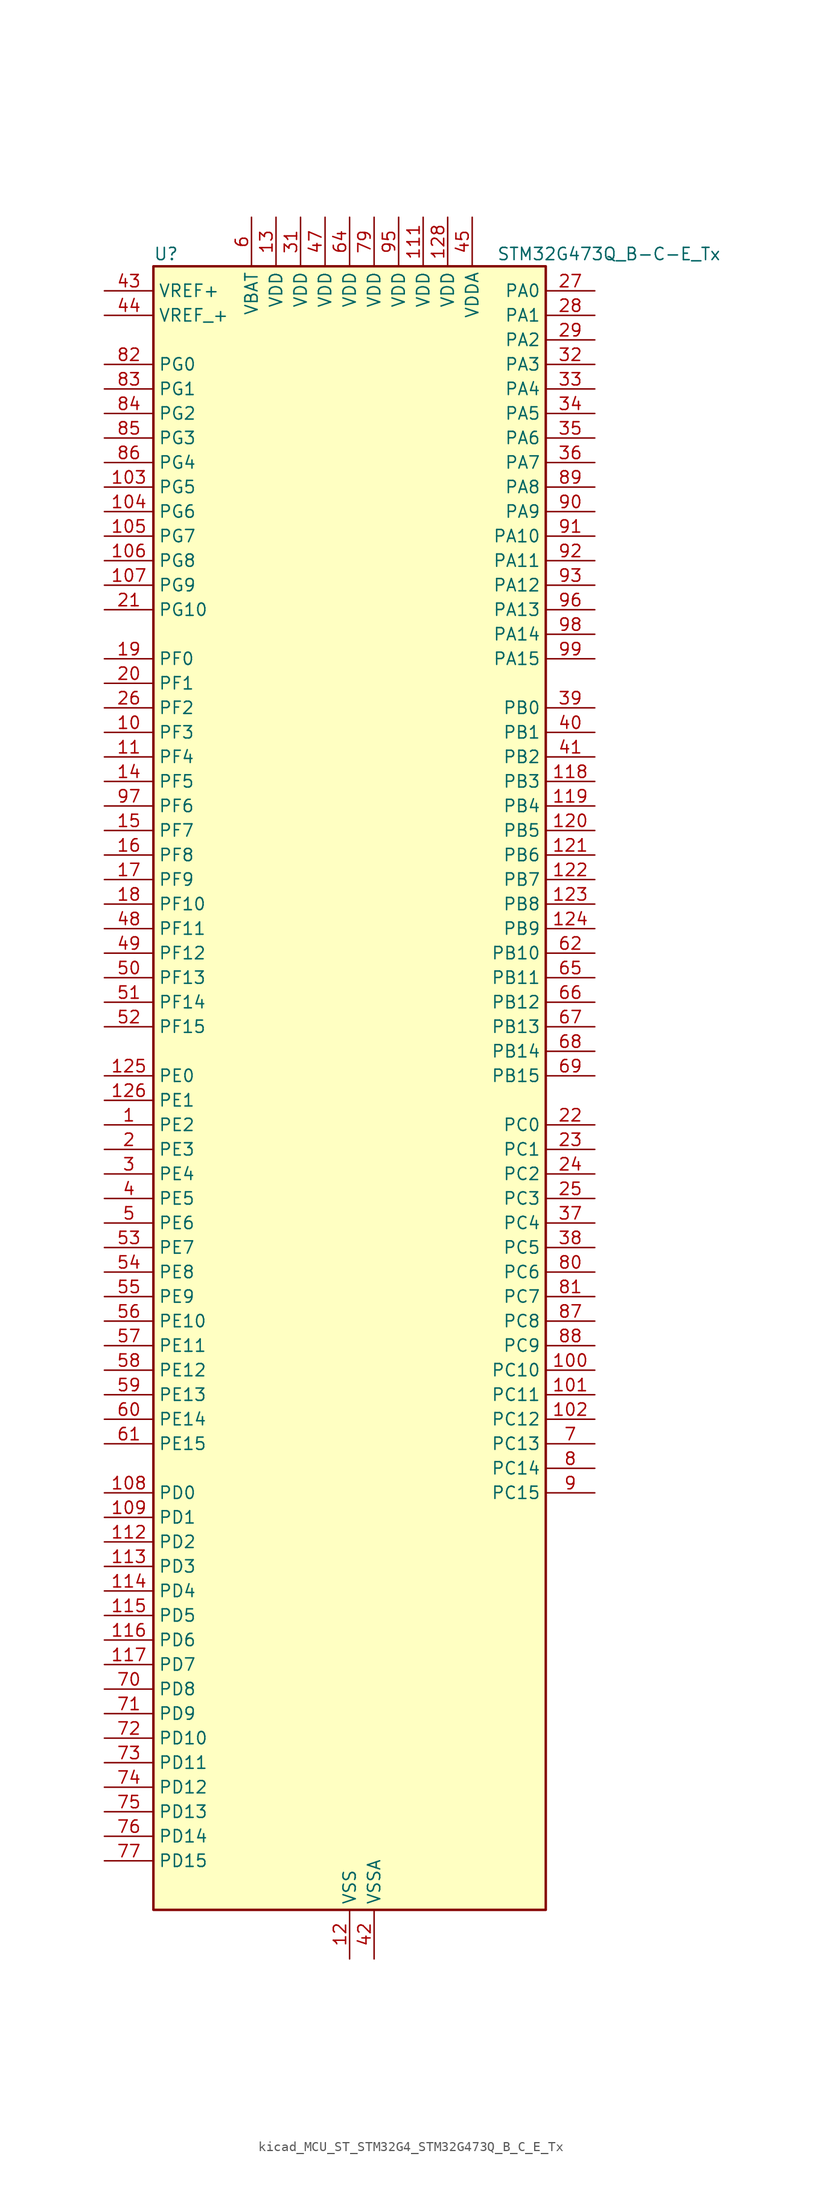
<source format=kicad_sym>
(kicad_symbol_lib
  (version 20220914)
  (generator kicad_symbol_editor)
  (symbol "kicad_MCU_ST_STM32G4_STM32G473Q_B_C_E_Tx"
    (property "Reference" "U"
      (at -20.32 87.63 0)
      (effects (font (size 1.27 1.27)) (justify left)))
    (property "Value" "STM32G473Q_B-C-E_Tx"
      (at 15.24 87.63 0)
      (effects (font (size 1.27 1.27)) (justify left)))
    (property "ki_locked" ""
      (at 0 0 0)
      (effects (font (size 1.27 1.27))))
    (symbol "kicad_MCU_ST_STM32G4_STM32G473Q_B_C_E_Tx_0_1"
      (rectangle (start -20.32 -83.82) (end 20.32 86.36) (stroke (width 0.254) (type default)) (fill (type background))))
    (symbol "kicad_MCU_ST_STM32G4_STM32G473Q_B_C_E_Tx_1_1"
      (pin bidirectional line (at -25.4 -2.54 0) (length 5.08) (name "PE2" (effects (font (size 1.27 1.27)))) (number "1" (effects (font (size 1.27 1.27)))) (alternate "ADC3_EXTI2" bidirectional line) (alternate "ADC4_EXTI2" bidirectional line) (alternate "ADC5_EXTI2" bidirectional line) (alternate "FMC_A23" bidirectional line) (alternate "SAI1_CK1" bidirectional line) (alternate "SAI1_MCLK_A" bidirectional line) (alternate "SPI4_SCK" bidirectional line) (alternate "SYS_TRACECLK" bidirectional line) (alternate "TIM20_CH1" bidirectional line) (alternate "TIM3_CH1" bidirectional line))
      (pin bidirectional line (at -25.4 38.1 0) (length 5.08) (name "PF3" (effects (font (size 1.27 1.27)))) (number "10" (effects (font (size 1.27 1.27)))) (alternate "ADC3_EXTI3" bidirectional line) (alternate "ADC4_EXTI3" bidirectional line) (alternate "ADC5_EXTI3" bidirectional line) (alternate "FMC_A3" bidirectional line) (alternate "I2C3_SCL" bidirectional line) (alternate "TIM20_CH4" bidirectional line))
      (pin bidirectional line (at 25.4 -27.94 180) (length 5.08) (name "PC10" (effects (font (size 1.27 1.27)))) (number "100" (effects (font (size 1.27 1.27)))) (alternate "DAC1_EXTI10" bidirectional line) (alternate "DAC2_EXTI10" bidirectional line) (alternate "DAC3_EXTI10" bidirectional line) (alternate "DAC4_EXTI10" bidirectional line) (alternate "I2S3_CK" bidirectional line) (alternate "SPI3_SCK" bidirectional line) (alternate "TIM8_CH1N" bidirectional line) (alternate "UART4_TX" bidirectional line) (alternate "USART3_TX" bidirectional line))
      (pin bidirectional line (at 25.4 -30.48 180) (length 5.08) (name "PC11" (effects (font (size 1.27 1.27)))) (number "101" (effects (font (size 1.27 1.27)))) (alternate "ADC1_EXTI11" bidirectional line) (alternate "ADC2_EXTI11" bidirectional line) (alternate "I2C3_SDA" bidirectional line) (alternate "SPI3_MISO" bidirectional line) (alternate "TIM8_CH2N" bidirectional line) (alternate "UART4_RX" bidirectional line) (alternate "USART3_RX" bidirectional line))
      (pin bidirectional line (at 25.4 -33.02 180) (length 5.08) (name "PC12" (effects (font (size 1.27 1.27)))) (number "102" (effects (font (size 1.27 1.27)))) (alternate "I2S3_SD" bidirectional line) (alternate "SPI3_MOSI" bidirectional line) (alternate "TIM5_CH2" bidirectional line) (alternate "TIM8_CH3N" bidirectional line) (alternate "UART5_TX" bidirectional line) (alternate "UCPD1_FRSTX1" bidirectional line) (alternate "UCPD1_FRSTX2" bidirectional line) (alternate "USART3_CK" bidirectional line))
      (pin bidirectional line (at -25.4 63.5 0) (length 5.08) (name "PG5" (effects (font (size 1.27 1.27)))) (number "103" (effects (font (size 1.27 1.27)))) (alternate "FMC_A15" bidirectional line) (alternate "LPUART1_CTS" bidirectional line) (alternate "SPI1_NSS" bidirectional line) (alternate "TIM20_ETR" bidirectional line))
      (pin bidirectional line (at -25.4 60.96 0) (length 5.08) (name "PG6" (effects (font (size 1.27 1.27)))) (number "104" (effects (font (size 1.27 1.27)))) (alternate "FMC_INT" bidirectional line) (alternate "I2C3_SMBA" bidirectional line) (alternate "LPUART1_DE" bidirectional line) (alternate "LPUART1_RTS" bidirectional line) (alternate "TIM20_BKIN" bidirectional line))
      (pin bidirectional line (at -25.4 58.42 0) (length 5.08) (name "PG7" (effects (font (size 1.27 1.27)))) (number "105" (effects (font (size 1.27 1.27)))) (alternate "FMC_INT" bidirectional line) (alternate "I2C3_SCL" bidirectional line) (alternate "LPUART1_TX" bidirectional line) (alternate "SAI1_CK1" bidirectional line) (alternate "SAI1_MCLK_A" bidirectional line))
      (pin bidirectional line (at -25.4 55.88 0) (length 5.08) (name "PG8" (effects (font (size 1.27 1.27)))) (number "106" (effects (font (size 1.27 1.27)))) (alternate "FMC_NE3" bidirectional line) (alternate "I2C3_SDA" bidirectional line) (alternate "LPUART1_RX" bidirectional line))
      (pin bidirectional line (at -25.4 53.34 0) (length 5.08) (name "PG9" (effects (font (size 1.27 1.27)))) (number "107" (effects (font (size 1.27 1.27)))) (alternate "DAC1_EXTI9" bidirectional line) (alternate "DAC2_EXTI9" bidirectional line) (alternate "DAC3_EXTI9" bidirectional line) (alternate "DAC4_EXTI9" bidirectional line) (alternate "FMC_NCE" bidirectional line) (alternate "FMC_NE2" bidirectional line) (alternate "SPI3_SCK" bidirectional line) (alternate "TIM15_CH1N" bidirectional line) (alternate "USART1_TX" bidirectional line))
      (pin bidirectional line (at -25.4 -40.64 0) (length 5.08) (name "PD0" (effects (font (size 1.27 1.27)))) (number "108" (effects (font (size 1.27 1.27)))) (alternate "FDCAN1_RX" bidirectional line) (alternate "FMC_D2" bidirectional line) (alternate "FMC_DA2" bidirectional line) (alternate "TIM8_CH4N" bidirectional line))
      (pin bidirectional line (at -25.4 -43.18 0) (length 5.08) (name "PD1" (effects (font (size 1.27 1.27)))) (number "109" (effects (font (size 1.27 1.27)))) (alternate "FDCAN1_TX" bidirectional line) (alternate "FMC_D3" bidirectional line) (alternate "FMC_DA3" bidirectional line) (alternate "TIM8_BKIN2" bidirectional line) (alternate "TIM8_CH4" bidirectional line))
      (pin bidirectional line (at -25.4 35.56 0) (length 5.08) (name "PF4" (effects (font (size 1.27 1.27)))) (number "11" (effects (font (size 1.27 1.27)))) (alternate "COMP1_OUT" bidirectional line) (alternate "FMC_A4" bidirectional line) (alternate "I2C3_SDA" bidirectional line) (alternate "TIM20_CH1N" bidirectional line))
      (pin passive line (at 0 -88.9 90) (length 5.08) hide (name "VSS" (effects (font (size 1.27 1.27)))) (number "110" (effects (font (size 1.27 1.27)))))
      (pin power_in line (at 7.62 91.44 270) (length 5.08) (name "VDD" (effects (font (size 1.27 1.27)))) (number "111" (effects (font (size 1.27 1.27)))))
      (pin bidirectional line (at -25.4 -45.72 0) (length 5.08) (name "PD2" (effects (font (size 1.27 1.27)))) (number "112" (effects (font (size 1.27 1.27)))) (alternate "ADC3_EXTI2" bidirectional line) (alternate "ADC4_EXTI2" bidirectional line) (alternate "ADC5_EXTI2" bidirectional line) (alternate "TIM3_ETR" bidirectional line) (alternate "TIM8_BKIN" bidirectional line) (alternate "UART5_RX" bidirectional line))
      (pin bidirectional line (at -25.4 -48.26 0) (length 5.08) (name "PD3" (effects (font (size 1.27 1.27)))) (number "113" (effects (font (size 1.27 1.27)))) (alternate "ADC3_EXTI3" bidirectional line) (alternate "ADC4_EXTI3" bidirectional line) (alternate "ADC5_EXTI3" bidirectional line) (alternate "FMC_CLK" bidirectional line) (alternate "QUADSPI1_BK2_NCS" bidirectional line) (alternate "TIM2_CH1" bidirectional line) (alternate "TIM2_ETR" bidirectional line) (alternate "USART2_CTS" bidirectional line) (alternate "USART2_NSS" bidirectional line))
      (pin bidirectional line (at -25.4 -50.8 0) (length 5.08) (name "PD4" (effects (font (size 1.27 1.27)))) (number "114" (effects (font (size 1.27 1.27)))) (alternate "FMC_NOE" bidirectional line) (alternate "QUADSPI1_BK2_IO0" bidirectional line) (alternate "TIM2_CH2" bidirectional line) (alternate "USART2_DE" bidirectional line) (alternate "USART2_RTS" bidirectional line))
      (pin bidirectional line (at -25.4 -53.34 0) (length 5.08) (name "PD5" (effects (font (size 1.27 1.27)))) (number "115" (effects (font (size 1.27 1.27)))) (alternate "FMC_NWE" bidirectional line) (alternate "QUADSPI1_BK2_IO1" bidirectional line) (alternate "USART2_TX" bidirectional line))
      (pin bidirectional line (at -25.4 -55.88 0) (length 5.08) (name "PD6" (effects (font (size 1.27 1.27)))) (number "116" (effects (font (size 1.27 1.27)))) (alternate "FMC_NWAIT" bidirectional line) (alternate "QUADSPI1_BK2_IO2" bidirectional line) (alternate "SAI1_D1" bidirectional line) (alternate "SAI1_SD_A" bidirectional line) (alternate "TIM2_CH4" bidirectional line) (alternate "USART2_RX" bidirectional line))
      (pin bidirectional line (at -25.4 -58.42 0) (length 5.08) (name "PD7" (effects (font (size 1.27 1.27)))) (number "117" (effects (font (size 1.27 1.27)))) (alternate "FMC_NCE" bidirectional line) (alternate "FMC_NE1" bidirectional line) (alternate "QUADSPI1_BK2_IO3" bidirectional line) (alternate "TIM2_CH3" bidirectional line) (alternate "USART2_CK" bidirectional line))
      (pin bidirectional line (at 25.4 33.02 180) (length 5.08) (name "PB3" (effects (font (size 1.27 1.27)))) (number "118" (effects (font (size 1.27 1.27)))) (alternate "ADC3_EXTI3" bidirectional line) (alternate "ADC4_EXTI3" bidirectional line) (alternate "ADC5_EXTI3" bidirectional line) (alternate "CRS_SYNC" bidirectional line) (alternate "FDCAN3_RX" bidirectional line) (alternate "I2S3_CK" bidirectional line) (alternate "SAI1_SCK_B" bidirectional line) (alternate "SPI1_SCK" bidirectional line) (alternate "SPI3_SCK" bidirectional line) (alternate "SYS_JTDO-SWO" bidirectional line) (alternate "TIM2_CH2" bidirectional line) (alternate "TIM3_ETR" bidirectional line) (alternate "TIM4_ETR" bidirectional line) (alternate "TIM8_CH1N" bidirectional line) (alternate "USART2_TX" bidirectional line))
      (pin bidirectional line (at 25.4 30.48 180) (length 5.08) (name "PB4" (effects (font (size 1.27 1.27)))) (number "119" (effects (font (size 1.27 1.27)))) (alternate "FDCAN3_TX" bidirectional line) (alternate "SAI1_MCLK_B" bidirectional line) (alternate "SPI1_MISO" bidirectional line) (alternate "SPI3_MISO" bidirectional line) (alternate "SYS_JTRST" bidirectional line) (alternate "TIM16_CH1" bidirectional line) (alternate "TIM17_BKIN" bidirectional line) (alternate "TIM3_CH1" bidirectional line) (alternate "TIM8_CH2N" bidirectional line) (alternate "UART5_DE" bidirectional line) (alternate "UART5_RTS" bidirectional line) (alternate "UCPD1_CC2" bidirectional line) (alternate "USART2_RX" bidirectional line))
      (pin power_in line (at 0 -88.9 90) (length 5.08) (name "VSS" (effects (font (size 1.27 1.27)))) (number "12" (effects (font (size 1.27 1.27)))))
      (pin bidirectional line (at 25.4 27.94 180) (length 5.08) (name "PB5" (effects (font (size 1.27 1.27)))) (number "120" (effects (font (size 1.27 1.27)))) (alternate "FDCAN2_RX" bidirectional line) (alternate "I2C1_SMBA" bidirectional line) (alternate "I2C3_SDA" bidirectional line) (alternate "I2S3_SD" bidirectional line) (alternate "LPTIM1_IN1" bidirectional line) (alternate "SAI1_SD_B" bidirectional line) (alternate "SPI1_MOSI" bidirectional line) (alternate "SPI3_MOSI" bidirectional line) (alternate "TIM16_BKIN" bidirectional line) (alternate "TIM17_CH1" bidirectional line) (alternate "TIM3_CH2" bidirectional line) (alternate "TIM8_CH3N" bidirectional line) (alternate "UART5_CTS" bidirectional line) (alternate "USART2_CK" bidirectional line))
      (pin bidirectional line (at 25.4 25.4 180) (length 5.08) (name "PB6" (effects (font (size 1.27 1.27)))) (number "121" (effects (font (size 1.27 1.27)))) (alternate "COMP4_OUT" bidirectional line) (alternate "FDCAN2_TX" bidirectional line) (alternate "LPTIM1_ETR" bidirectional line) (alternate "SAI1_FS_B" bidirectional line) (alternate "TIM16_CH1N" bidirectional line) (alternate "TIM4_CH1" bidirectional line) (alternate "TIM8_BKIN2" bidirectional line) (alternate "TIM8_CH1" bidirectional line) (alternate "TIM8_ETR" bidirectional line) (alternate "UCPD1_CC1" bidirectional line) (alternate "USART1_TX" bidirectional line))
      (pin bidirectional line (at 25.4 22.86 180) (length 5.08) (name "PB7" (effects (font (size 1.27 1.27)))) (number "122" (effects (font (size 1.27 1.27)))) (alternate "COMP3_OUT" bidirectional line) (alternate "FMC_NL" bidirectional line) (alternate "I2C1_SDA" bidirectional line) (alternate "I2C4_SDA" bidirectional line) (alternate "LPTIM1_IN2" bidirectional line) (alternate "SYS_PVD_IN" bidirectional line) (alternate "TIM17_CH1N" bidirectional line) (alternate "TIM3_CH4" bidirectional line) (alternate "TIM4_CH2" bidirectional line) (alternate "TIM8_BKIN" bidirectional line) (alternate "UART4_CTS" bidirectional line) (alternate "USART1_RX" bidirectional line))
      (pin bidirectional line (at 25.4 20.32 180) (length 5.08) (name "PB8" (effects (font (size 1.27 1.27)))) (number "123" (effects (font (size 1.27 1.27)))) (alternate "COMP1_OUT" bidirectional line) (alternate "FDCAN1_RX" bidirectional line) (alternate "I2C1_SCL" bidirectional line) (alternate "SAI1_CK1" bidirectional line) (alternate "SAI1_MCLK_A" bidirectional line) (alternate "TIM16_CH1" bidirectional line) (alternate "TIM1_BKIN" bidirectional line) (alternate "TIM4_CH3" bidirectional line) (alternate "TIM8_CH2" bidirectional line) (alternate "USART3_RX" bidirectional line))
      (pin bidirectional line (at 25.4 17.78 180) (length 5.08) (name "PB9" (effects (font (size 1.27 1.27)))) (number "124" (effects (font (size 1.27 1.27)))) (alternate "COMP2_OUT" bidirectional line) (alternate "DAC1_EXTI9" bidirectional line) (alternate "DAC2_EXTI9" bidirectional line) (alternate "DAC3_EXTI9" bidirectional line) (alternate "DAC4_EXTI9" bidirectional line) (alternate "FDCAN1_TX" bidirectional line) (alternate "I2C1_SDA" bidirectional line) (alternate "IR_OUT" bidirectional line) (alternate "SAI1_D2" bidirectional line) (alternate "SAI1_FS_A" bidirectional line) (alternate "TIM17_CH1" bidirectional line) (alternate "TIM1_CH3N" bidirectional line) (alternate "TIM4_CH4" bidirectional line) (alternate "TIM8_CH3" bidirectional line) (alternate "USART3_TX" bidirectional line))
      (pin bidirectional line (at -25.4 2.54 0) (length 5.08) (name "PE0" (effects (font (size 1.27 1.27)))) (number "125" (effects (font (size 1.27 1.27)))) (alternate "FMC_NBL0" bidirectional line) (alternate "TIM16_CH1" bidirectional line) (alternate "TIM20_CH4N" bidirectional line) (alternate "TIM20_ETR" bidirectional line) (alternate "TIM4_ETR" bidirectional line) (alternate "USART1_TX" bidirectional line))
      (pin bidirectional line (at -25.4 0 0) (length 5.08) (name "PE1" (effects (font (size 1.27 1.27)))) (number "126" (effects (font (size 1.27 1.27)))) (alternate "FMC_NBL1" bidirectional line) (alternate "TIM17_CH1" bidirectional line) (alternate "TIM20_CH4" bidirectional line) (alternate "USART1_RX" bidirectional line))
      (pin passive line (at 0 -88.9 90) (length 5.08) hide (name "VSS" (effects (font (size 1.27 1.27)))) (number "127" (effects (font (size 1.27 1.27)))))
      (pin power_in line (at 10.16 91.44 270) (length 5.08) (name "VDD" (effects (font (size 1.27 1.27)))) (number "128" (effects (font (size 1.27 1.27)))))
      (pin power_in line (at -7.62 91.44 270) (length 5.08) (name "VDD" (effects (font (size 1.27 1.27)))) (number "13" (effects (font (size 1.27 1.27)))))
      (pin bidirectional line (at -25.4 33.02 0) (length 5.08) (name "PF5" (effects (font (size 1.27 1.27)))) (number "14" (effects (font (size 1.27 1.27)))) (alternate "FMC_A5" bidirectional line) (alternate "TIM20_CH2N" bidirectional line))
      (pin bidirectional line (at -25.4 27.94 0) (length 5.08) (name "PF7" (effects (font (size 1.27 1.27)))) (number "15" (effects (font (size 1.27 1.27)))) (alternate "FMC_A1" bidirectional line) (alternate "QUADSPI1_BK1_IO2" bidirectional line) (alternate "SAI1_MCLK_B" bidirectional line) (alternate "TIM20_BKIN" bidirectional line) (alternate "TIM5_CH2" bidirectional line))
      (pin bidirectional line (at -25.4 25.4 0) (length 5.08) (name "PF8" (effects (font (size 1.27 1.27)))) (number "16" (effects (font (size 1.27 1.27)))) (alternate "FMC_A24" bidirectional line) (alternate "QUADSPI1_BK1_IO0" bidirectional line) (alternate "SAI1_SCK_B" bidirectional line) (alternate "TIM20_BKIN2" bidirectional line) (alternate "TIM5_CH3" bidirectional line))
      (pin bidirectional line (at -25.4 22.86 0) (length 5.08) (name "PF9" (effects (font (size 1.27 1.27)))) (number "17" (effects (font (size 1.27 1.27)))) (alternate "DAC1_EXTI9" bidirectional line) (alternate "DAC2_EXTI9" bidirectional line) (alternate "DAC3_EXTI9" bidirectional line) (alternate "DAC4_EXTI9" bidirectional line) (alternate "FMC_A25" bidirectional line) (alternate "QUADSPI1_BK1_IO1" bidirectional line) (alternate "SAI1_FS_B" bidirectional line) (alternate "SPI2_SCK" bidirectional line) (alternate "TIM15_CH1" bidirectional line) (alternate "TIM20_BKIN" bidirectional line) (alternate "TIM5_CH4" bidirectional line))
      (pin bidirectional line (at -25.4 20.32 0) (length 5.08) (name "PF10" (effects (font (size 1.27 1.27)))) (number "18" (effects (font (size 1.27 1.27)))) (alternate "DAC1_EXTI10" bidirectional line) (alternate "DAC2_EXTI10" bidirectional line) (alternate "DAC3_EXTI10" bidirectional line) (alternate "DAC4_EXTI10" bidirectional line) (alternate "FMC_A0" bidirectional line) (alternate "QUADSPI1_CLK" bidirectional line) (alternate "SAI1_D3" bidirectional line) (alternate "SPI2_SCK" bidirectional line) (alternate "TIM15_CH2" bidirectional line) (alternate "TIM20_BKIN2" bidirectional line))
      (pin bidirectional line (at -25.4 45.72 0) (length 5.08) (name "PF0" (effects (font (size 1.27 1.27)))) (number "19" (effects (font (size 1.27 1.27)))) (alternate "ADC1_IN10" bidirectional line) (alternate "I2C2_SDA" bidirectional line) (alternate "I2S2_WS" bidirectional line) (alternate "RCC_OSC_IN" bidirectional line) (alternate "SPI2_NSS" bidirectional line) (alternate "TIM1_CH3N" bidirectional line))
      (pin bidirectional line (at -25.4 -5.08 0) (length 5.08) (name "PE3" (effects (font (size 1.27 1.27)))) (number "2" (effects (font (size 1.27 1.27)))) (alternate "ADC3_EXTI3" bidirectional line) (alternate "ADC4_EXTI3" bidirectional line) (alternate "ADC5_EXTI3" bidirectional line) (alternate "FMC_A19" bidirectional line) (alternate "SAI1_SD_B" bidirectional line) (alternate "SPI4_NSS" bidirectional line) (alternate "SYS_TRACED0" bidirectional line) (alternate "TIM20_CH2" bidirectional line) (alternate "TIM3_CH2" bidirectional line))
      (pin bidirectional line (at -25.4 43.18 0) (length 5.08) (name "PF1" (effects (font (size 1.27 1.27)))) (number "20" (effects (font (size 1.27 1.27)))) (alternate "ADC2_IN10" bidirectional line) (alternate "COMP3_INM" bidirectional line) (alternate "I2S2_CK" bidirectional line) (alternate "RCC_OSC_OUT" bidirectional line) (alternate "SPI2_SCK" bidirectional line))
      (pin bidirectional line (at -25.4 50.8 0) (length 5.08) (name "PG10" (effects (font (size 1.27 1.27)))) (number "21" (effects (font (size 1.27 1.27)))) (alternate "DAC1_EXTI10" bidirectional line) (alternate "DAC2_EXTI10" bidirectional line) (alternate "DAC3_EXTI10" bidirectional line) (alternate "DAC4_EXTI10" bidirectional line) (alternate "RCC_MCO" bidirectional line))
      (pin bidirectional line (at 25.4 -2.54 180) (length 5.08) (name "PC0" (effects (font (size 1.27 1.27)))) (number "22" (effects (font (size 1.27 1.27)))) (alternate "ADC1_IN6" bidirectional line) (alternate "ADC2_IN6" bidirectional line) (alternate "COMP3_INM" bidirectional line) (alternate "LPTIM1_IN1" bidirectional line) (alternate "LPUART1_RX" bidirectional line) (alternate "TIM1_CH1" bidirectional line))
      (pin bidirectional line (at 25.4 -5.08 180) (length 5.08) (name "PC1" (effects (font (size 1.27 1.27)))) (number "23" (effects (font (size 1.27 1.27)))) (alternate "ADC1_IN7" bidirectional line) (alternate "ADC2_IN7" bidirectional line) (alternate "COMP3_INP" bidirectional line) (alternate "LPTIM1_OUT" bidirectional line) (alternate "LPUART1_TX" bidirectional line) (alternate "QUADSPI1_BK2_IO0" bidirectional line) (alternate "SAI1_SD_A" bidirectional line) (alternate "TIM1_CH2" bidirectional line))
      (pin bidirectional line (at 25.4 -7.62 180) (length 5.08) (name "PC2" (effects (font (size 1.27 1.27)))) (number "24" (effects (font (size 1.27 1.27)))) (alternate "ADC1_IN8" bidirectional line) (alternate "ADC2_IN8" bidirectional line) (alternate "ADC3_EXTI2" bidirectional line) (alternate "ADC4_EXTI2" bidirectional line) (alternate "ADC5_EXTI2" bidirectional line) (alternate "COMP3_OUT" bidirectional line) (alternate "LPTIM1_IN2" bidirectional line) (alternate "QUADSPI1_BK2_IO1" bidirectional line) (alternate "TIM1_CH3" bidirectional line) (alternate "TIM20_CH2" bidirectional line))
      (pin bidirectional line (at 25.4 -10.16 180) (length 5.08) (name "PC3" (effects (font (size 1.27 1.27)))) (number "25" (effects (font (size 1.27 1.27)))) (alternate "ADC1_IN9" bidirectional line) (alternate "ADC2_IN9" bidirectional line) (alternate "ADC3_EXTI3" bidirectional line) (alternate "ADC4_EXTI3" bidirectional line) (alternate "ADC5_EXTI3" bidirectional line) (alternate "LPTIM1_ETR" bidirectional line) (alternate "OPAMP5_VINP" bidirectional line) (alternate "OPAMP5_VINP_SEC" bidirectional line) (alternate "QUADSPI1_BK2_IO2" bidirectional line) (alternate "SAI1_D1" bidirectional line) (alternate "SAI1_SD_A" bidirectional line) (alternate "TIM1_BKIN2" bidirectional line) (alternate "TIM1_CH4" bidirectional line))
      (pin bidirectional line (at -25.4 40.64 0) (length 5.08) (name "PF2" (effects (font (size 1.27 1.27)))) (number "26" (effects (font (size 1.27 1.27)))) (alternate "ADC3_EXTI2" bidirectional line) (alternate "ADC4_EXTI2" bidirectional line) (alternate "ADC5_EXTI2" bidirectional line) (alternate "FMC_A2" bidirectional line) (alternate "I2C2_SMBA" bidirectional line) (alternate "TIM20_CH3" bidirectional line))
      (pin bidirectional line (at 25.4 83.82 180) (length 5.08) (name "PA0" (effects (font (size 1.27 1.27)))) (number "27" (effects (font (size 1.27 1.27)))) (alternate "ADC1_IN1" bidirectional line) (alternate "ADC2_IN1" bidirectional line) (alternate "COMP1_INM" bidirectional line) (alternate "COMP1_OUT" bidirectional line) (alternate "COMP3_INP" bidirectional line) (alternate "RTC_TAMP2" bidirectional line) (alternate "SYS_WKUP1" bidirectional line) (alternate "TIM2_CH1" bidirectional line) (alternate "TIM2_ETR" bidirectional line) (alternate "TIM5_CH1" bidirectional line) (alternate "TIM8_BKIN" bidirectional line) (alternate "TIM8_ETR" bidirectional line) (alternate "USART2_CTS" bidirectional line) (alternate "USART2_NSS" bidirectional line))
      (pin bidirectional line (at 25.4 81.28 180) (length 5.08) (name "PA1" (effects (font (size 1.27 1.27)))) (number "28" (effects (font (size 1.27 1.27)))) (alternate "ADC1_IN2" bidirectional line) (alternate "ADC2_IN2" bidirectional line) (alternate "COMP1_INP" bidirectional line) (alternate "OPAMP1_VINP" bidirectional line) (alternate "OPAMP1_VINP_SEC" bidirectional line) (alternate "OPAMP3_VINP" bidirectional line) (alternate "OPAMP3_VINP_SEC" bidirectional line) (alternate "OPAMP6_VINM" bidirectional line) (alternate "OPAMP6_VINM0" bidirectional line) (alternate "OPAMP6_VINM_SEC" bidirectional line) (alternate "RTC_REFIN" bidirectional line) (alternate "TIM15_CH1N" bidirectional line) (alternate "TIM2_CH2" bidirectional line) (alternate "TIM5_CH2" bidirectional line) (alternate "USART2_DE" bidirectional line) (alternate "USART2_RTS" bidirectional line))
      (pin bidirectional line (at 25.4 78.74 180) (length 5.08) (name "PA2" (effects (font (size 1.27 1.27)))) (number "29" (effects (font (size 1.27 1.27)))) (alternate "ADC1_IN3" bidirectional line) (alternate "ADC3_EXTI2" bidirectional line) (alternate "ADC4_EXTI2" bidirectional line) (alternate "ADC5_EXTI2" bidirectional line) (alternate "COMP2_INM" bidirectional line) (alternate "COMP2_OUT" bidirectional line) (alternate "LPUART1_TX" bidirectional line) (alternate "OPAMP1_VOUT" bidirectional line) (alternate "QUADSPI1_BK1_NCS" bidirectional line) (alternate "RCC_LSCO" bidirectional line) (alternate "SYS_WKUP4" bidirectional line) (alternate "TIM15_CH1" bidirectional line) (alternate "TIM2_CH3" bidirectional line) (alternate "TIM5_CH3" bidirectional line) (alternate "UCPD1_FRSTX1" bidirectional line) (alternate "UCPD1_FRSTX2" bidirectional line) (alternate "USART2_TX" bidirectional line))
      (pin bidirectional line (at -25.4 -7.62 0) (length 5.08) (name "PE4" (effects (font (size 1.27 1.27)))) (number "3" (effects (font (size 1.27 1.27)))) (alternate "FMC_A20" bidirectional line) (alternate "SAI1_D2" bidirectional line) (alternate "SAI1_FS_A" bidirectional line) (alternate "SPI4_NSS" bidirectional line) (alternate "SYS_TRACED1" bidirectional line) (alternate "TIM20_CH1N" bidirectional line) (alternate "TIM3_CH3" bidirectional line))
      (pin passive line (at 0 -88.9 90) (length 5.08) hide (name "VSS" (effects (font (size 1.27 1.27)))) (number "30" (effects (font (size 1.27 1.27)))))
      (pin power_in line (at -5.08 91.44 270) (length 5.08) (name "VDD" (effects (font (size 1.27 1.27)))) (number "31" (effects (font (size 1.27 1.27)))))
      (pin bidirectional line (at 25.4 76.2 180) (length 5.08) (name "PA3" (effects (font (size 1.27 1.27)))) (number "32" (effects (font (size 1.27 1.27)))) (alternate "ADC1_IN4" bidirectional line) (alternate "ADC3_EXTI3" bidirectional line) (alternate "ADC4_EXTI3" bidirectional line) (alternate "ADC5_EXTI3" bidirectional line) (alternate "COMP2_INP" bidirectional line) (alternate "LPUART1_RX" bidirectional line) (alternate "OPAMP1_VINM" bidirectional line) (alternate "OPAMP1_VINM0" bidirectional line) (alternate "OPAMP1_VINM_SEC" bidirectional line) (alternate "OPAMP1_VINP" bidirectional line) (alternate "OPAMP1_VINP_SEC" bidirectional line) (alternate "OPAMP5_VINM" bidirectional line) (alternate "OPAMP5_VINM1" bidirectional line) (alternate "OPAMP5_VINM_SEC" bidirectional line) (alternate "QUADSPI1_CLK" bidirectional line) (alternate "SAI1_CK1" bidirectional line) (alternate "SAI1_MCLK_A" bidirectional line) (alternate "TIM15_CH2" bidirectional line) (alternate "TIM2_CH4" bidirectional line) (alternate "TIM5_CH4" bidirectional line) (alternate "USART2_RX" bidirectional line))
      (pin bidirectional line (at 25.4 73.66 180) (length 5.08) (name "PA4" (effects (font (size 1.27 1.27)))) (number "33" (effects (font (size 1.27 1.27)))) (alternate "ADC2_IN17" bidirectional line) (alternate "COMP1_INM" bidirectional line) (alternate "DAC1_OUT1" bidirectional line) (alternate "I2S3_WS" bidirectional line) (alternate "SAI1_FS_B" bidirectional line) (alternate "SPI1_NSS" bidirectional line) (alternate "SPI3_NSS" bidirectional line) (alternate "TIM3_CH2" bidirectional line) (alternate "USART2_CK" bidirectional line))
      (pin bidirectional line (at 25.4 71.12 180) (length 5.08) (name "PA5" (effects (font (size 1.27 1.27)))) (number "34" (effects (font (size 1.27 1.27)))) (alternate "ADC2_IN13" bidirectional line) (alternate "COMP2_INM" bidirectional line) (alternate "DAC1_OUT2" bidirectional line) (alternate "OPAMP2_VINM" bidirectional line) (alternate "OPAMP2_VINM0" bidirectional line) (alternate "OPAMP2_VINM_SEC" bidirectional line) (alternate "SPI1_SCK" bidirectional line) (alternate "TIM2_CH1" bidirectional line) (alternate "TIM2_ETR" bidirectional line) (alternate "UCPD1_FRSTX1" bidirectional line) (alternate "UCPD1_FRSTX2" bidirectional line))
      (pin bidirectional line (at 25.4 68.58 180) (length 5.08) (name "PA6" (effects (font (size 1.27 1.27)))) (number "35" (effects (font (size 1.27 1.27)))) (alternate "ADC2_IN3" bidirectional line) (alternate "COMP1_OUT" bidirectional line) (alternate "DAC2_OUT1" bidirectional line) (alternate "LPUART1_CTS" bidirectional line) (alternate "OPAMP2_VOUT" bidirectional line) (alternate "QUADSPI1_BK1_IO3" bidirectional line) (alternate "SPI1_MISO" bidirectional line) (alternate "TIM16_CH1" bidirectional line) (alternate "TIM1_BKIN" bidirectional line) (alternate "TIM3_CH1" bidirectional line) (alternate "TIM8_BKIN" bidirectional line))
      (pin bidirectional line (at 25.4 66.04 180) (length 5.08) (name "PA7" (effects (font (size 1.27 1.27)))) (number "36" (effects (font (size 1.27 1.27)))) (alternate "ADC2_IN4" bidirectional line) (alternate "COMP2_INP" bidirectional line) (alternate "COMP2_OUT" bidirectional line) (alternate "OPAMP1_VINP" bidirectional line) (alternate "OPAMP1_VINP_SEC" bidirectional line) (alternate "OPAMP2_VINP" bidirectional line) (alternate "OPAMP2_VINP_SEC" bidirectional line) (alternate "QUADSPI1_BK1_IO2" bidirectional line) (alternate "SPI1_MOSI" bidirectional line) (alternate "TIM17_CH1" bidirectional line) (alternate "TIM1_CH1N" bidirectional line) (alternate "TIM3_CH2" bidirectional line) (alternate "TIM8_CH1N" bidirectional line) (alternate "UCPD1_FRSTX1" bidirectional line) (alternate "UCPD1_FRSTX2" bidirectional line))
      (pin bidirectional line (at 25.4 -12.7 180) (length 5.08) (name "PC4" (effects (font (size 1.27 1.27)))) (number "37" (effects (font (size 1.27 1.27)))) (alternate "ADC2_IN5" bidirectional line) (alternate "I2C2_SCL" bidirectional line) (alternate "QUADSPI1_BK2_IO3" bidirectional line) (alternate "TIM1_ETR" bidirectional line) (alternate "USART1_TX" bidirectional line))
      (pin bidirectional line (at 25.4 -15.24 180) (length 5.08) (name "PC5" (effects (font (size 1.27 1.27)))) (number "38" (effects (font (size 1.27 1.27)))) (alternate "ADC2_IN11" bidirectional line) (alternate "OPAMP1_VINM" bidirectional line) (alternate "OPAMP1_VINM1" bidirectional line) (alternate "OPAMP1_VINM_SEC" bidirectional line) (alternate "OPAMP2_VINM" bidirectional line) (alternate "OPAMP2_VINM1" bidirectional line) (alternate "OPAMP2_VINM_SEC" bidirectional line) (alternate "SAI1_D3" bidirectional line) (alternate "SYS_WKUP5" bidirectional line) (alternate "TIM15_BKIN" bidirectional line) (alternate "TIM1_CH4N" bidirectional line) (alternate "USART1_RX" bidirectional line))
      (pin bidirectional line (at 25.4 40.64 180) (length 5.08) (name "PB0" (effects (font (size 1.27 1.27)))) (number "39" (effects (font (size 1.27 1.27)))) (alternate "ADC1_IN15" bidirectional line) (alternate "ADC3_IN12" bidirectional line) (alternate "COMP4_INP" bidirectional line) (alternate "OPAMP2_VINP" bidirectional line) (alternate "OPAMP2_VINP_SEC" bidirectional line) (alternate "OPAMP3_VINP" bidirectional line) (alternate "OPAMP3_VINP_SEC" bidirectional line) (alternate "QUADSPI1_BK1_IO1" bidirectional line) (alternate "TIM1_CH2N" bidirectional line) (alternate "TIM3_CH3" bidirectional line) (alternate "TIM8_CH2N" bidirectional line) (alternate "UCPD1_FRSTX1" bidirectional line) (alternate "UCPD1_FRSTX2" bidirectional line))
      (pin bidirectional line (at -25.4 -10.16 0) (length 5.08) (name "PE5" (effects (font (size 1.27 1.27)))) (number "4" (effects (font (size 1.27 1.27)))) (alternate "FMC_A21" bidirectional line) (alternate "SAI1_CK2" bidirectional line) (alternate "SAI1_SCK_A" bidirectional line) (alternate "SPI4_MISO" bidirectional line) (alternate "SYS_TRACED2" bidirectional line) (alternate "TIM20_CH2N" bidirectional line) (alternate "TIM3_CH4" bidirectional line))
      (pin bidirectional line (at 25.4 38.1 180) (length 5.08) (name "PB1" (effects (font (size 1.27 1.27)))) (number "40" (effects (font (size 1.27 1.27)))) (alternate "ADC1_IN12" bidirectional line) (alternate "ADC3_IN1" bidirectional line) (alternate "COMP1_INP" bidirectional line) (alternate "COMP4_OUT" bidirectional line) (alternate "LPUART1_DE" bidirectional line) (alternate "LPUART1_RTS" bidirectional line) (alternate "OPAMP3_VOUT" bidirectional line) (alternate "OPAMP6_VINM" bidirectional line) (alternate "OPAMP6_VINM1" bidirectional line) (alternate "OPAMP6_VINM_SEC" bidirectional line) (alternate "QUADSPI1_BK1_IO0" bidirectional line) (alternate "TIM1_CH3N" bidirectional line) (alternate "TIM3_CH4" bidirectional line) (alternate "TIM8_CH3N" bidirectional line))
      (pin bidirectional line (at 25.4 35.56 180) (length 5.08) (name "PB2" (effects (font (size 1.27 1.27)))) (number "41" (effects (font (size 1.27 1.27)))) (alternate "ADC2_IN12" bidirectional line) (alternate "ADC3_EXTI2" bidirectional line) (alternate "ADC4_EXTI2" bidirectional line) (alternate "ADC5_EXTI2" bidirectional line) (alternate "COMP4_INM" bidirectional line) (alternate "I2C3_SMBA" bidirectional line) (alternate "LPTIM1_OUT" bidirectional line) (alternate "OPAMP3_VINM" bidirectional line) (alternate "OPAMP3_VINM0" bidirectional line) (alternate "OPAMP3_VINM_SEC" bidirectional line) (alternate "QUADSPI1_BK2_IO1" bidirectional line) (alternate "RTC_OUT2" bidirectional line) (alternate "TIM20_CH1" bidirectional line) (alternate "TIM5_CH1" bidirectional line))
      (pin power_in line (at 2.54 -88.9 90) (length 5.08) (name "VSSA" (effects (font (size 1.27 1.27)))) (number "42" (effects (font (size 1.27 1.27)))))
      (pin input line (at -25.4 83.82 0) (length 5.08) (name "VREF+" (effects (font (size 1.27 1.27)))) (number "43" (effects (font (size 1.27 1.27)))) (alternate "VREFBUF_OUT1" bidirectional line))
      (pin input line (at -25.4 81.28 0) (length 5.08) (name "VREF_+" (effects (font (size 1.27 1.27)))) (number "44" (effects (font (size 1.27 1.27)))) (alternate "VREFBUF_OUT2" bidirectional line))
      (pin power_in line (at 12.7 91.44 270) (length 5.08) (name "VDDA" (effects (font (size 1.27 1.27)))) (number "45" (effects (font (size 1.27 1.27)))))
      (pin passive line (at 0 -88.9 90) (length 5.08) hide (name "VSS" (effects (font (size 1.27 1.27)))) (number "46" (effects (font (size 1.27 1.27)))))
      (pin power_in line (at -2.54 91.44 270) (length 5.08) (name "VDD" (effects (font (size 1.27 1.27)))) (number "47" (effects (font (size 1.27 1.27)))))
      (pin bidirectional line (at -25.4 17.78 0) (length 5.08) (name "PF11" (effects (font (size 1.27 1.27)))) (number "48" (effects (font (size 1.27 1.27)))) (alternate "ADC1_EXTI11" bidirectional line) (alternate "ADC2_EXTI11" bidirectional line) (alternate "FMC_NE4" bidirectional line) (alternate "TIM20_ETR" bidirectional line))
      (pin bidirectional line (at -25.4 15.24 0) (length 5.08) (name "PF12" (effects (font (size 1.27 1.27)))) (number "49" (effects (font (size 1.27 1.27)))) (alternate "FMC_A6" bidirectional line) (alternate "TIM20_CH1" bidirectional line))
      (pin bidirectional line (at -25.4 -12.7 0) (length 5.08) (name "PE6" (effects (font (size 1.27 1.27)))) (number "5" (effects (font (size 1.27 1.27)))) (alternate "FMC_A22" bidirectional line) (alternate "RTC_TAMP3" bidirectional line) (alternate "SAI1_D1" bidirectional line) (alternate "SAI1_SD_A" bidirectional line) (alternate "SPI4_MOSI" bidirectional line) (alternate "SYS_TRACED3" bidirectional line) (alternate "SYS_WKUP3" bidirectional line) (alternate "TIM20_CH3N" bidirectional line))
      (pin bidirectional line (at -25.4 12.7 0) (length 5.08) (name "PF13" (effects (font (size 1.27 1.27)))) (number "50" (effects (font (size 1.27 1.27)))) (alternate "FMC_A7" bidirectional line) (alternate "I2C4_SMBA" bidirectional line) (alternate "TIM20_CH2" bidirectional line))
      (pin bidirectional line (at -25.4 10.16 0) (length 5.08) (name "PF14" (effects (font (size 1.27 1.27)))) (number "51" (effects (font (size 1.27 1.27)))) (alternate "FMC_A8" bidirectional line) (alternate "I2C4_SCL" bidirectional line) (alternate "TIM20_CH3" bidirectional line))
      (pin bidirectional line (at -25.4 7.62 0) (length 5.08) (name "PF15" (effects (font (size 1.27 1.27)))) (number "52" (effects (font (size 1.27 1.27)))) (alternate "ADC1_EXTI15" bidirectional line) (alternate "ADC2_EXTI15" bidirectional line) (alternate "FMC_A9" bidirectional line) (alternate "I2C4_SDA" bidirectional line) (alternate "TIM20_CH4" bidirectional line))
      (pin bidirectional line (at -25.4 -15.24 0) (length 5.08) (name "PE7" (effects (font (size 1.27 1.27)))) (number "53" (effects (font (size 1.27 1.27)))) (alternate "ADC3_IN4" bidirectional line) (alternate "COMP4_INP" bidirectional line) (alternate "FMC_D4" bidirectional line) (alternate "FMC_DA4" bidirectional line) (alternate "SAI1_SD_B" bidirectional line) (alternate "TIM1_ETR" bidirectional line))
      (pin bidirectional line (at -25.4 -17.78 0) (length 5.08) (name "PE8" (effects (font (size 1.27 1.27)))) (number "54" (effects (font (size 1.27 1.27)))) (alternate "ADC3_IN6" bidirectional line) (alternate "ADC4_IN6" bidirectional line) (alternate "ADC5_IN6" bidirectional line) (alternate "COMP4_INM" bidirectional line) (alternate "FMC_D5" bidirectional line) (alternate "FMC_DA5" bidirectional line) (alternate "SAI1_SCK_B" bidirectional line) (alternate "TIM1_CH1N" bidirectional line) (alternate "TIM5_CH3" bidirectional line))
      (pin bidirectional line (at -25.4 -20.32 0) (length 5.08) (name "PE9" (effects (font (size 1.27 1.27)))) (number "55" (effects (font (size 1.27 1.27)))) (alternate "ADC3_IN2" bidirectional line) (alternate "DAC1_EXTI9" bidirectional line) (alternate "DAC2_EXTI9" bidirectional line) (alternate "DAC3_EXTI9" bidirectional line) (alternate "DAC4_EXTI9" bidirectional line) (alternate "FMC_D6" bidirectional line) (alternate "FMC_DA6" bidirectional line) (alternate "SAI1_FS_B" bidirectional line) (alternate "TIM1_CH1" bidirectional line) (alternate "TIM5_CH4" bidirectional line))
      (pin bidirectional line (at -25.4 -22.86 0) (length 5.08) (name "PE10" (effects (font (size 1.27 1.27)))) (number "56" (effects (font (size 1.27 1.27)))) (alternate "ADC3_IN14" bidirectional line) (alternate "ADC4_IN14" bidirectional line) (alternate "ADC5_IN14" bidirectional line) (alternate "DAC1_EXTI10" bidirectional line) (alternate "DAC2_EXTI10" bidirectional line) (alternate "DAC3_EXTI10" bidirectional line) (alternate "DAC4_EXTI10" bidirectional line) (alternate "FMC_D7" bidirectional line) (alternate "FMC_DA7" bidirectional line) (alternate "QUADSPI1_CLK" bidirectional line) (alternate "SAI1_MCLK_B" bidirectional line) (alternate "TIM1_CH2N" bidirectional line))
      (pin bidirectional line (at -25.4 -25.4 0) (length 5.08) (name "PE11" (effects (font (size 1.27 1.27)))) (number "57" (effects (font (size 1.27 1.27)))) (alternate "ADC1_EXTI11" bidirectional line) (alternate "ADC2_EXTI11" bidirectional line) (alternate "ADC3_IN15" bidirectional line) (alternate "ADC4_IN15" bidirectional line) (alternate "ADC5_IN15" bidirectional line) (alternate "FMC_D8" bidirectional line) (alternate "FMC_DA8" bidirectional line) (alternate "QUADSPI1_BK1_NCS" bidirectional line) (alternate "SPI4_NSS" bidirectional line) (alternate "TIM1_CH2" bidirectional line))
      (pin bidirectional line (at -25.4 -27.94 0) (length 5.08) (name "PE12" (effects (font (size 1.27 1.27)))) (number "58" (effects (font (size 1.27 1.27)))) (alternate "ADC3_IN16" bidirectional line) (alternate "ADC4_IN16" bidirectional line) (alternate "ADC5_IN16" bidirectional line) (alternate "FMC_D9" bidirectional line) (alternate "FMC_DA9" bidirectional line) (alternate "QUADSPI1_BK1_IO0" bidirectional line) (alternate "SPI4_SCK" bidirectional line) (alternate "TIM1_CH3N" bidirectional line))
      (pin bidirectional line (at -25.4 -30.48 0) (length 5.08) (name "PE13" (effects (font (size 1.27 1.27)))) (number "59" (effects (font (size 1.27 1.27)))) (alternate "ADC3_IN3" bidirectional line) (alternate "FMC_D10" bidirectional line) (alternate "FMC_DA10" bidirectional line) (alternate "QUADSPI1_BK1_IO1" bidirectional line) (alternate "SPI4_MISO" bidirectional line) (alternate "TIM1_CH3" bidirectional line))
      (pin power_in line (at -10.16 91.44 270) (length 5.08) (name "VBAT" (effects (font (size 1.27 1.27)))) (number "6" (effects (font (size 1.27 1.27)))))
      (pin bidirectional line (at -25.4 -33.02 0) (length 5.08) (name "PE14" (effects (font (size 1.27 1.27)))) (number "60" (effects (font (size 1.27 1.27)))) (alternate "ADC4_IN1" bidirectional line) (alternate "FMC_D11" bidirectional line) (alternate "FMC_DA11" bidirectional line) (alternate "QUADSPI1_BK1_IO2" bidirectional line) (alternate "SPI4_MOSI" bidirectional line) (alternate "TIM1_BKIN2" bidirectional line) (alternate "TIM1_CH4" bidirectional line))
      (pin bidirectional line (at -25.4 -35.56 0) (length 5.08) (name "PE15" (effects (font (size 1.27 1.27)))) (number "61" (effects (font (size 1.27 1.27)))) (alternate "ADC1_EXTI15" bidirectional line) (alternate "ADC2_EXTI15" bidirectional line) (alternate "ADC4_IN2" bidirectional line) (alternate "FMC_D12" bidirectional line) (alternate "FMC_DA12" bidirectional line) (alternate "QUADSPI1_BK1_IO3" bidirectional line) (alternate "TIM1_BKIN" bidirectional line) (alternate "TIM1_CH4N" bidirectional line) (alternate "USART3_RX" bidirectional line))
      (pin bidirectional line (at 25.4 15.24 180) (length 5.08) (name "PB10" (effects (font (size 1.27 1.27)))) (number "62" (effects (font (size 1.27 1.27)))) (alternate "COMP5_INM" bidirectional line) (alternate "DAC1_EXTI10" bidirectional line) (alternate "DAC2_EXTI10" bidirectional line) (alternate "DAC3_EXTI10" bidirectional line) (alternate "DAC4_EXTI10" bidirectional line) (alternate "LPUART1_RX" bidirectional line) (alternate "OPAMP3_VINM" bidirectional line) (alternate "OPAMP3_VINM1" bidirectional line) (alternate "OPAMP3_VINM_SEC" bidirectional line) (alternate "OPAMP4_VINM" bidirectional line) (alternate "OPAMP4_VINM0" bidirectional line) (alternate "OPAMP4_VINM_SEC" bidirectional line) (alternate "QUADSPI1_CLK" bidirectional line) (alternate "SAI1_SCK_A" bidirectional line) (alternate "TIM1_BKIN" bidirectional line) (alternate "TIM2_CH3" bidirectional line) (alternate "USART3_TX" bidirectional line))
      (pin passive line (at 0 -88.9 90) (length 5.08) hide (name "VSS" (effects (font (size 1.27 1.27)))) (number "63" (effects (font (size 1.27 1.27)))))
      (pin power_in line (at 0 91.44 270) (length 5.08) (name "VDD" (effects (font (size 1.27 1.27)))) (number "64" (effects (font (size 1.27 1.27)))))
      (pin bidirectional line (at 25.4 12.7 180) (length 5.08) (name "PB11" (effects (font (size 1.27 1.27)))) (number "65" (effects (font (size 1.27 1.27)))) (alternate "ADC1_EXTI11" bidirectional line) (alternate "ADC1_IN14" bidirectional line) (alternate "ADC2_EXTI11" bidirectional line) (alternate "ADC2_IN14" bidirectional line) (alternate "COMP6_INP" bidirectional line) (alternate "LPUART1_TX" bidirectional line) (alternate "OPAMP4_VINP" bidirectional line) (alternate "OPAMP4_VINP_SEC" bidirectional line) (alternate "OPAMP6_VOUT" bidirectional line) (alternate "QUADSPI1_BK1_NCS" bidirectional line) (alternate "TIM2_CH4" bidirectional line) (alternate "USART3_RX" bidirectional line))
      (pin bidirectional line (at 25.4 10.16 180) (length 5.08) (name "PB12" (effects (font (size 1.27 1.27)))) (number "66" (effects (font (size 1.27 1.27)))) (alternate "ADC1_IN11" bidirectional line) (alternate "ADC4_IN3" bidirectional line) (alternate "COMP7_INM" bidirectional line) (alternate "FDCAN2_RX" bidirectional line) (alternate "I2C2_SMBA" bidirectional line) (alternate "I2S2_WS" bidirectional line) (alternate "LPUART1_DE" bidirectional line) (alternate "LPUART1_RTS" bidirectional line) (alternate "OPAMP4_VOUT" bidirectional line) (alternate "OPAMP6_VINP" bidirectional line) (alternate "OPAMP6_VINP_SEC" bidirectional line) (alternate "SPI2_NSS" bidirectional line) (alternate "TIM1_BKIN" bidirectional line) (alternate "TIM5_ETR" bidirectional line) (alternate "USART3_CK" bidirectional line))
      (pin bidirectional line (at 25.4 7.62 180) (length 5.08) (name "PB13" (effects (font (size 1.27 1.27)))) (number "67" (effects (font (size 1.27 1.27)))) (alternate "ADC3_IN5" bidirectional line) (alternate "COMP5_INP" bidirectional line) (alternate "FDCAN2_TX" bidirectional line) (alternate "I2S2_CK" bidirectional line) (alternate "LPUART1_CTS" bidirectional line) (alternate "OPAMP3_VINP" bidirectional line) (alternate "OPAMP3_VINP_SEC" bidirectional line) (alternate "OPAMP4_VINP" bidirectional line) (alternate "OPAMP4_VINP_SEC" bidirectional line) (alternate "OPAMP6_VINP" bidirectional line) (alternate "OPAMP6_VINP_SEC" bidirectional line) (alternate "SPI2_SCK" bidirectional line) (alternate "TIM1_CH1N" bidirectional line) (alternate "USART3_CTS" bidirectional line) (alternate "USART3_NSS" bidirectional line))
      (pin bidirectional line (at 25.4 5.08 180) (length 5.08) (name "PB14" (effects (font (size 1.27 1.27)))) (number "68" (effects (font (size 1.27 1.27)))) (alternate "ADC1_IN5" bidirectional line) (alternate "ADC4_IN4" bidirectional line) (alternate "COMP4_OUT" bidirectional line) (alternate "COMP7_INP" bidirectional line) (alternate "OPAMP2_VINP" bidirectional line) (alternate "OPAMP2_VINP_SEC" bidirectional line) (alternate "OPAMP5_VINP" bidirectional line) (alternate "OPAMP5_VINP_SEC" bidirectional line) (alternate "SPI2_MISO" bidirectional line) (alternate "TIM15_CH1" bidirectional line) (alternate "TIM1_CH2N" bidirectional line) (alternate "USART3_DE" bidirectional line) (alternate "USART3_RTS" bidirectional line))
      (pin bidirectional line (at 25.4 2.54 180) (length 5.08) (name "PB15" (effects (font (size 1.27 1.27)))) (number "69" (effects (font (size 1.27 1.27)))) (alternate "ADC1_EXTI15" bidirectional line) (alternate "ADC2_EXTI15" bidirectional line) (alternate "ADC2_IN15" bidirectional line) (alternate "ADC4_IN5" bidirectional line) (alternate "COMP3_OUT" bidirectional line) (alternate "COMP6_INM" bidirectional line) (alternate "I2S2_SD" bidirectional line) (alternate "OPAMP5_VINM" bidirectional line) (alternate "OPAMP5_VINM0" bidirectional line) (alternate "OPAMP5_VINM_SEC" bidirectional line) (alternate "RTC_REFIN" bidirectional line) (alternate "SPI2_MOSI" bidirectional line) (alternate "TIM15_CH1N" bidirectional line) (alternate "TIM15_CH2" bidirectional line) (alternate "TIM1_CH3N" bidirectional line))
      (pin bidirectional line (at 25.4 -35.56 180) (length 5.08) (name "PC13" (effects (font (size 1.27 1.27)))) (number "7" (effects (font (size 1.27 1.27)))) (alternate "RTC_OUT1" bidirectional line) (alternate "RTC_TAMP1" bidirectional line) (alternate "RTC_TS" bidirectional line) (alternate "SYS_WKUP2" bidirectional line) (alternate "TIM1_BKIN" bidirectional line) (alternate "TIM1_CH1N" bidirectional line) (alternate "TIM8_CH4N" bidirectional line))
      (pin bidirectional line (at -25.4 -60.96 0) (length 5.08) (name "PD8" (effects (font (size 1.27 1.27)))) (number "70" (effects (font (size 1.27 1.27)))) (alternate "ADC4_IN12" bidirectional line) (alternate "ADC5_IN12" bidirectional line) (alternate "FMC_D13" bidirectional line) (alternate "FMC_DA13" bidirectional line) (alternate "OPAMP4_VINM" bidirectional line) (alternate "OPAMP4_VINM1" bidirectional line) (alternate "OPAMP4_VINM_SEC" bidirectional line) (alternate "USART3_TX" bidirectional line))
      (pin bidirectional line (at -25.4 -63.5 0) (length 5.08) (name "PD9" (effects (font (size 1.27 1.27)))) (number "71" (effects (font (size 1.27 1.27)))) (alternate "ADC4_IN13" bidirectional line) (alternate "ADC5_IN13" bidirectional line) (alternate "DAC1_EXTI9" bidirectional line) (alternate "DAC2_EXTI9" bidirectional line) (alternate "DAC3_EXTI9" bidirectional line) (alternate "DAC4_EXTI9" bidirectional line) (alternate "FMC_D14" bidirectional line) (alternate "FMC_DA14" bidirectional line) (alternate "OPAMP6_VINP" bidirectional line) (alternate "OPAMP6_VINP_SEC" bidirectional line) (alternate "USART3_RX" bidirectional line))
      (pin bidirectional line (at -25.4 -66.04 0) (length 5.08) (name "PD10" (effects (font (size 1.27 1.27)))) (number "72" (effects (font (size 1.27 1.27)))) (alternate "ADC3_IN7" bidirectional line) (alternate "ADC4_IN7" bidirectional line) (alternate "ADC5_IN7" bidirectional line) (alternate "COMP6_INM" bidirectional line) (alternate "DAC1_EXTI10" bidirectional line) (alternate "DAC2_EXTI10" bidirectional line) (alternate "DAC3_EXTI10" bidirectional line) (alternate "DAC4_EXTI10" bidirectional line) (alternate "FMC_D15" bidirectional line) (alternate "FMC_DA15" bidirectional line) (alternate "USART3_CK" bidirectional line))
      (pin bidirectional line (at -25.4 -68.58 0) (length 5.08) (name "PD11" (effects (font (size 1.27 1.27)))) (number "73" (effects (font (size 1.27 1.27)))) (alternate "ADC1_EXTI11" bidirectional line) (alternate "ADC2_EXTI11" bidirectional line) (alternate "ADC3_IN8" bidirectional line) (alternate "ADC4_IN8" bidirectional line) (alternate "ADC5_IN8" bidirectional line) (alternate "COMP6_INP" bidirectional line) (alternate "FMC_A16" bidirectional line) (alternate "FMC_CLE" bidirectional line) (alternate "I2C4_SMBA" bidirectional line) (alternate "OPAMP4_VINP" bidirectional line) (alternate "OPAMP4_VINP_SEC" bidirectional line) (alternate "TIM5_ETR" bidirectional line) (alternate "USART3_CTS" bidirectional line) (alternate "USART3_NSS" bidirectional line))
      (pin bidirectional line (at -25.4 -71.12 0) (length 5.08) (name "PD12" (effects (font (size 1.27 1.27)))) (number "74" (effects (font (size 1.27 1.27)))) (alternate "ADC3_IN9" bidirectional line) (alternate "ADC4_IN9" bidirectional line) (alternate "ADC5_IN9" bidirectional line) (alternate "COMP5_INP" bidirectional line) (alternate "FMC_A17" bidirectional line) (alternate "FMC_ALE" bidirectional line) (alternate "OPAMP5_VINP" bidirectional line) (alternate "OPAMP5_VINP_SEC" bidirectional line) (alternate "TIM4_CH1" bidirectional line) (alternate "USART3_DE" bidirectional line) (alternate "USART3_RTS" bidirectional line))
      (pin bidirectional line (at -25.4 -73.66 0) (length 5.08) (name "PD13" (effects (font (size 1.27 1.27)))) (number "75" (effects (font (size 1.27 1.27)))) (alternate "ADC3_IN10" bidirectional line) (alternate "ADC4_IN10" bidirectional line) (alternate "ADC5_IN10" bidirectional line) (alternate "COMP5_INM" bidirectional line) (alternate "FMC_A18" bidirectional line) (alternate "TIM4_CH2" bidirectional line))
      (pin bidirectional line (at -25.4 -76.2 0) (length 5.08) (name "PD14" (effects (font (size 1.27 1.27)))) (number "76" (effects (font (size 1.27 1.27)))) (alternate "ADC3_IN11" bidirectional line) (alternate "ADC4_IN11" bidirectional line) (alternate "ADC5_IN11" bidirectional line) (alternate "COMP7_INP" bidirectional line) (alternate "FMC_D0" bidirectional line) (alternate "FMC_DA0" bidirectional line) (alternate "OPAMP2_VINP" bidirectional line) (alternate "OPAMP2_VINP_SEC" bidirectional line) (alternate "TIM4_CH3" bidirectional line))
      (pin bidirectional line (at -25.4 -78.74 0) (length 5.08) (name "PD15" (effects (font (size 1.27 1.27)))) (number "77" (effects (font (size 1.27 1.27)))) (alternate "ADC1_EXTI15" bidirectional line) (alternate "ADC2_EXTI15" bidirectional line) (alternate "COMP7_INM" bidirectional line) (alternate "FMC_D1" bidirectional line) (alternate "FMC_DA1" bidirectional line) (alternate "SPI2_NSS" bidirectional line) (alternate "TIM4_CH4" bidirectional line))
      (pin passive line (at 0 -88.9 90) (length 5.08) hide (name "VSS" (effects (font (size 1.27 1.27)))) (number "78" (effects (font (size 1.27 1.27)))))
      (pin power_in line (at 2.54 91.44 270) (length 5.08) (name "VDD" (effects (font (size 1.27 1.27)))) (number "79" (effects (font (size 1.27 1.27)))))
      (pin bidirectional line (at 25.4 -38.1 180) (length 5.08) (name "PC14" (effects (font (size 1.27 1.27)))) (number "8" (effects (font (size 1.27 1.27)))) (alternate "RCC_OSC32_IN" bidirectional line))
      (pin bidirectional line (at 25.4 -17.78 180) (length 5.08) (name "PC6" (effects (font (size 1.27 1.27)))) (number "80" (effects (font (size 1.27 1.27)))) (alternate "COMP6_OUT" bidirectional line) (alternate "I2C4_SCL" bidirectional line) (alternate "I2S2_MCK" bidirectional line) (alternate "TIM3_CH1" bidirectional line) (alternate "TIM8_CH1" bidirectional line))
      (pin bidirectional line (at 25.4 -20.32 180) (length 5.08) (name "PC7" (effects (font (size 1.27 1.27)))) (number "81" (effects (font (size 1.27 1.27)))) (alternate "COMP5_OUT" bidirectional line) (alternate "I2C4_SDA" bidirectional line) (alternate "I2S3_MCK" bidirectional line) (alternate "TIM3_CH2" bidirectional line) (alternate "TIM8_CH2" bidirectional line))
      (pin bidirectional line (at -25.4 76.2 0) (length 5.08) (name "PG0" (effects (font (size 1.27 1.27)))) (number "82" (effects (font (size 1.27 1.27)))) (alternate "FMC_A10" bidirectional line) (alternate "TIM20_CH1N" bidirectional line))
      (pin bidirectional line (at -25.4 73.66 0) (length 5.08) (name "PG1" (effects (font (size 1.27 1.27)))) (number "83" (effects (font (size 1.27 1.27)))) (alternate "FMC_A11" bidirectional line) (alternate "TIM20_CH2N" bidirectional line))
      (pin bidirectional line (at -25.4 71.12 0) (length 5.08) (name "PG2" (effects (font (size 1.27 1.27)))) (number "84" (effects (font (size 1.27 1.27)))) (alternate "ADC3_EXTI2" bidirectional line) (alternate "ADC4_EXTI2" bidirectional line) (alternate "ADC5_EXTI2" bidirectional line) (alternate "FMC_A12" bidirectional line) (alternate "SPI1_SCK" bidirectional line) (alternate "TIM20_CH3N" bidirectional line))
      (pin bidirectional line (at -25.4 68.58 0) (length 5.08) (name "PG3" (effects (font (size 1.27 1.27)))) (number "85" (effects (font (size 1.27 1.27)))) (alternate "ADC3_EXTI3" bidirectional line) (alternate "ADC4_EXTI3" bidirectional line) (alternate "ADC5_EXTI3" bidirectional line) (alternate "FMC_A13" bidirectional line) (alternate "I2C4_SCL" bidirectional line) (alternate "SPI1_MISO" bidirectional line) (alternate "TIM20_BKIN" bidirectional line) (alternate "TIM20_CH4N" bidirectional line))
      (pin bidirectional line (at -25.4 66.04 0) (length 5.08) (name "PG4" (effects (font (size 1.27 1.27)))) (number "86" (effects (font (size 1.27 1.27)))) (alternate "FMC_A14" bidirectional line) (alternate "I2C4_SDA" bidirectional line) (alternate "SPI1_MOSI" bidirectional line) (alternate "TIM20_BKIN2" bidirectional line))
      (pin bidirectional line (at 25.4 -22.86 180) (length 5.08) (name "PC8" (effects (font (size 1.27 1.27)))) (number "87" (effects (font (size 1.27 1.27)))) (alternate "COMP7_OUT" bidirectional line) (alternate "I2C3_SCL" bidirectional line) (alternate "TIM20_CH3" bidirectional line) (alternate "TIM3_CH3" bidirectional line) (alternate "TIM8_CH3" bidirectional line))
      (pin bidirectional line (at 25.4 -25.4 180) (length 5.08) (name "PC9" (effects (font (size 1.27 1.27)))) (number "88" (effects (font (size 1.27 1.27)))) (alternate "DAC1_EXTI9" bidirectional line) (alternate "DAC2_EXTI9" bidirectional line) (alternate "DAC3_EXTI9" bidirectional line) (alternate "DAC4_EXTI9" bidirectional line) (alternate "I2C3_SDA" bidirectional line) (alternate "I2S_CKIN" bidirectional line) (alternate "TIM3_CH4" bidirectional line) (alternate "TIM8_BKIN2" bidirectional line) (alternate "TIM8_CH4" bidirectional line))
      (pin bidirectional line (at 25.4 63.5 180) (length 5.08) (name "PA8" (effects (font (size 1.27 1.27)))) (number "89" (effects (font (size 1.27 1.27)))) (alternate "ADC5_IN1" bidirectional line) (alternate "COMP7_OUT" bidirectional line) (alternate "FDCAN3_RX" bidirectional line) (alternate "I2C2_SDA" bidirectional line) (alternate "I2C3_SCL" bidirectional line) (alternate "I2S2_MCK" bidirectional line) (alternate "OPAMP5_VOUT" bidirectional line) (alternate "RCC_MCO" bidirectional line) (alternate "SAI1_CK2" bidirectional line) (alternate "SAI1_SCK_A" bidirectional line) (alternate "TIM1_CH1" bidirectional line) (alternate "TIM4_ETR" bidirectional line) (alternate "USART1_CK" bidirectional line))
      (pin bidirectional line (at 25.4 -40.64 180) (length 5.08) (name "PC15" (effects (font (size 1.27 1.27)))) (number "9" (effects (font (size 1.27 1.27)))) (alternate "ADC1_EXTI15" bidirectional line) (alternate "ADC2_EXTI15" bidirectional line) (alternate "RCC_OSC32_OUT" bidirectional line))
      (pin bidirectional line (at 25.4 60.96 180) (length 5.08) (name "PA9" (effects (font (size 1.27 1.27)))) (number "90" (effects (font (size 1.27 1.27)))) (alternate "ADC5_IN2" bidirectional line) (alternate "COMP5_OUT" bidirectional line) (alternate "DAC1_EXTI9" bidirectional line) (alternate "DAC2_EXTI9" bidirectional line) (alternate "DAC3_EXTI9" bidirectional line) (alternate "DAC4_EXTI9" bidirectional line) (alternate "I2C2_SCL" bidirectional line) (alternate "I2C3_SMBA" bidirectional line) (alternate "I2S3_MCK" bidirectional line) (alternate "SAI1_FS_A" bidirectional line) (alternate "TIM15_BKIN" bidirectional line) (alternate "TIM1_CH2" bidirectional line) (alternate "TIM2_CH3" bidirectional line) (alternate "UCPD1_DBCC1" bidirectional line) (alternate "USART1_TX" bidirectional line))
      (pin bidirectional line (at 25.4 58.42 180) (length 5.08) (name "PA10" (effects (font (size 1.27 1.27)))) (number "91" (effects (font (size 1.27 1.27)))) (alternate "COMP6_OUT" bidirectional line) (alternate "CRS_SYNC" bidirectional line) (alternate "DAC1_EXTI10" bidirectional line) (alternate "DAC2_EXTI10" bidirectional line) (alternate "DAC3_EXTI10" bidirectional line) (alternate "DAC4_EXTI10" bidirectional line) (alternate "I2C2_SMBA" bidirectional line) (alternate "SAI1_D1" bidirectional line) (alternate "SAI1_SD_A" bidirectional line) (alternate "SPI2_MISO" bidirectional line) (alternate "TIM17_BKIN" bidirectional line) (alternate "TIM1_CH3" bidirectional line) (alternate "TIM2_CH4" bidirectional line) (alternate "TIM8_BKIN" bidirectional line) (alternate "UCPD1_DBCC2" bidirectional line) (alternate "USART1_RX" bidirectional line))
      (pin bidirectional line (at 25.4 55.88 180) (length 5.08) (name "PA11" (effects (font (size 1.27 1.27)))) (number "92" (effects (font (size 1.27 1.27)))) (alternate "ADC1_EXTI11" bidirectional line) (alternate "ADC2_EXTI11" bidirectional line) (alternate "COMP1_OUT" bidirectional line) (alternate "FDCAN1_RX" bidirectional line) (alternate "I2S2_SD" bidirectional line) (alternate "SPI2_MOSI" bidirectional line) (alternate "TIM1_BKIN2" bidirectional line) (alternate "TIM1_CH1N" bidirectional line) (alternate "TIM1_CH4" bidirectional line) (alternate "TIM4_CH1" bidirectional line) (alternate "USART1_CTS" bidirectional line) (alternate "USART1_NSS" bidirectional line) (alternate "USB_DM" bidirectional line))
      (pin bidirectional line (at 25.4 53.34 180) (length 5.08) (name "PA12" (effects (font (size 1.27 1.27)))) (number "93" (effects (font (size 1.27 1.27)))) (alternate "COMP2_OUT" bidirectional line) (alternate "FDCAN1_TX" bidirectional line) (alternate "I2S_CKIN" bidirectional line) (alternate "TIM16_CH1" bidirectional line) (alternate "TIM1_CH2N" bidirectional line) (alternate "TIM1_ETR" bidirectional line) (alternate "TIM4_CH2" bidirectional line) (alternate "USART1_DE" bidirectional line) (alternate "USART1_RTS" bidirectional line) (alternate "USB_DP" bidirectional line))
      (pin passive line (at 0 -88.9 90) (length 5.08) hide (name "VSS" (effects (font (size 1.27 1.27)))) (number "94" (effects (font (size 1.27 1.27)))))
      (pin power_in line (at 5.08 91.44 270) (length 5.08) (name "VDD" (effects (font (size 1.27 1.27)))) (number "95" (effects (font (size 1.27 1.27)))))
      (pin bidirectional line (at 25.4 50.8 180) (length 5.08) (name "PA13" (effects (font (size 1.27 1.27)))) (number "96" (effects (font (size 1.27 1.27)))) (alternate "I2C1_SCL" bidirectional line) (alternate "I2C4_SCL" bidirectional line) (alternate "IR_OUT" bidirectional line) (alternate "SAI1_SD_B" bidirectional line) (alternate "SYS_JTMS-SWDIO" bidirectional line) (alternate "TIM16_CH1N" bidirectional line) (alternate "TIM4_CH3" bidirectional line) (alternate "USART3_CTS" bidirectional line) (alternate "USART3_NSS" bidirectional line))
      (pin bidirectional line (at -25.4 30.48 0) (length 5.08) (name "PF6" (effects (font (size 1.27 1.27)))) (number "97" (effects (font (size 1.27 1.27)))) (alternate "I2C2_SCL" bidirectional line) (alternate "QUADSPI1_BK1_IO3" bidirectional line) (alternate "SAI1_SD_B" bidirectional line) (alternate "TIM4_CH4" bidirectional line) (alternate "TIM5_CH1" bidirectional line) (alternate "TIM5_ETR" bidirectional line) (alternate "USART3_RTS" bidirectional line))
      (pin bidirectional line (at 25.4 48.26 180) (length 5.08) (name "PA14" (effects (font (size 1.27 1.27)))) (number "98" (effects (font (size 1.27 1.27)))) (alternate "I2C1_SDA" bidirectional line) (alternate "I2C4_SMBA" bidirectional line) (alternate "LPTIM1_OUT" bidirectional line) (alternate "SAI1_FS_B" bidirectional line) (alternate "SYS_JTCK-SWCLK" bidirectional line) (alternate "TIM1_BKIN" bidirectional line) (alternate "TIM8_CH2" bidirectional line) (alternate "USART2_TX" bidirectional line))
      (pin bidirectional line (at 25.4 45.72 180) (length 5.08) (name "PA15" (effects (font (size 1.27 1.27)))) (number "99" (effects (font (size 1.27 1.27)))) (alternate "ADC1_EXTI15" bidirectional line) (alternate "ADC2_EXTI15" bidirectional line) (alternate "FDCAN3_TX" bidirectional line) (alternate "I2C1_SCL" bidirectional line) (alternate "I2S3_WS" bidirectional line) (alternate "SPI1_NSS" bidirectional line) (alternate "SPI3_NSS" bidirectional line) (alternate "SYS_JTDI" bidirectional line) (alternate "TIM1_BKIN" bidirectional line) (alternate "TIM2_CH1" bidirectional line) (alternate "TIM2_ETR" bidirectional line) (alternate "TIM8_CH1" bidirectional line) (alternate "UART4_DE" bidirectional line) (alternate "UART4_RTS" bidirectional line) (alternate "USART2_RX" bidirectional line)))))
</source>
